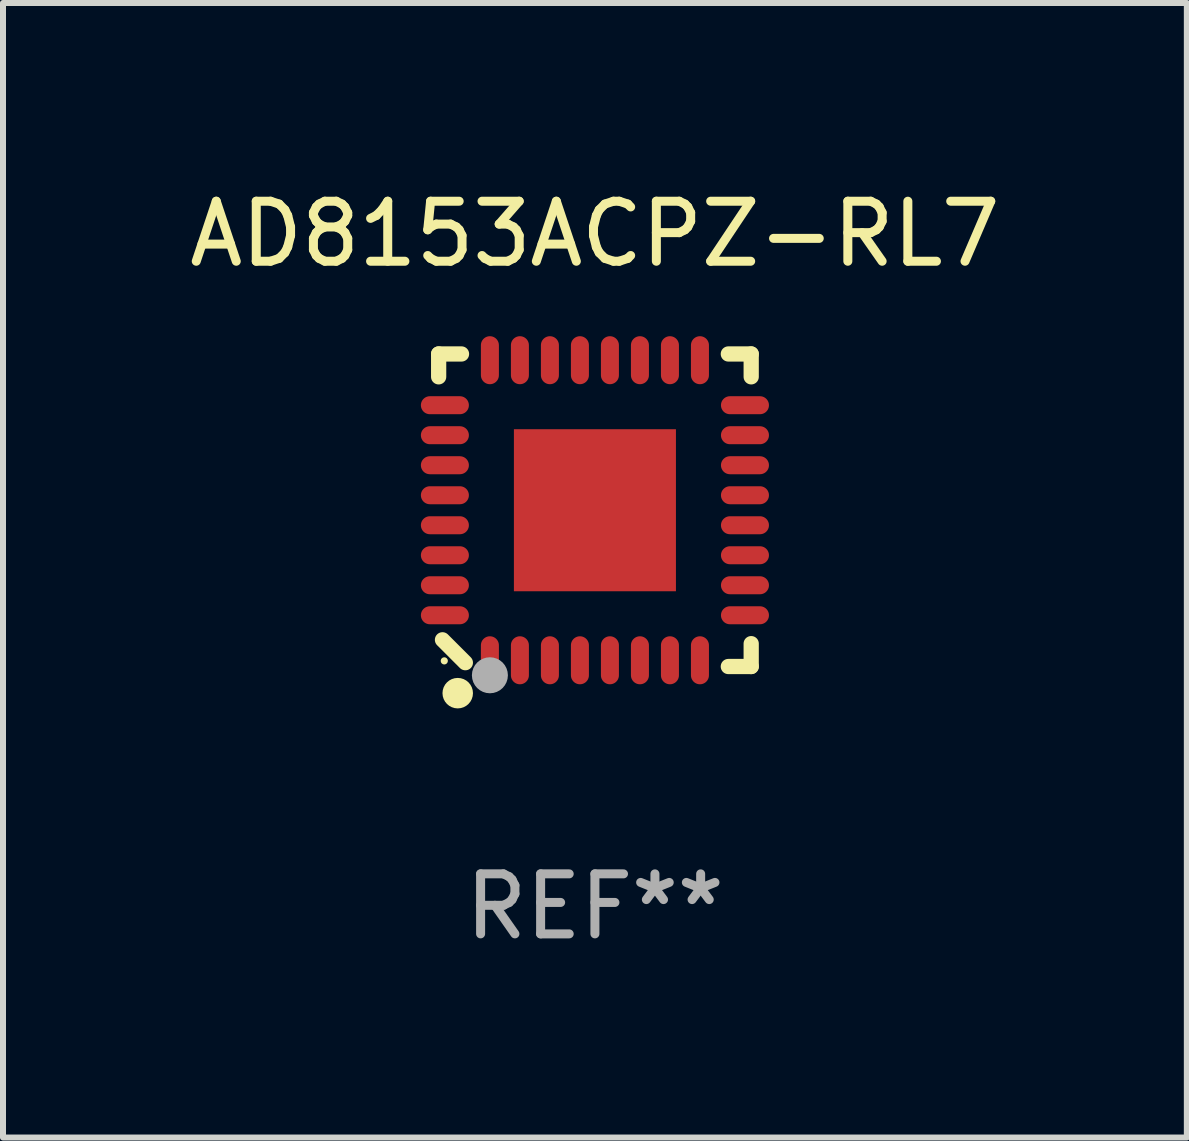
<source format=kicad_pcb>
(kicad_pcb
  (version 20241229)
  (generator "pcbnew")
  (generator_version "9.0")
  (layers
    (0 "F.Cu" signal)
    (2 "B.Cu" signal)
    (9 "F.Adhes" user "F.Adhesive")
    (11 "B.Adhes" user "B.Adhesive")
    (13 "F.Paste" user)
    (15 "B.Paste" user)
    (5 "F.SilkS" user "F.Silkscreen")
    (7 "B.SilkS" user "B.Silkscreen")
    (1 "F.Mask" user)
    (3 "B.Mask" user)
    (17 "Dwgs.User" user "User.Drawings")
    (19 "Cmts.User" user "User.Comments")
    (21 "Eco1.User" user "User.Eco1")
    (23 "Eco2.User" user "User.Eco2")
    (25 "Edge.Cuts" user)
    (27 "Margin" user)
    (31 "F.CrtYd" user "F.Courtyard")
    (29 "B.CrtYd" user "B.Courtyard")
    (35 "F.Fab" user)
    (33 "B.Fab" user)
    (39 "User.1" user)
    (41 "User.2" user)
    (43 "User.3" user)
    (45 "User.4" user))
  (footprint "AD8153ACPZ-RL7"
    (layer "F.Cu")
    (at 6.863 5.452)
    (property "Reference" "AD8153ACPZ-RL7" (at 0 -4.604 0) (layer "F.SilkS") (effects (font (size 1 1) (thickness 0.15))))
    (attr through_hole)
    (fp_line (start -2.604 -2.604) (end -2.604 -2.223) (stroke (width 0.254) (type solid)) (layer "F.SilkS"))
    (fp_line (start -2.54 2.159) (end -2.159 2.54) (stroke (width 0.254) (type solid)) (layer "F.SilkS"))
    (fp_line (start -2.223 -2.604) (end -2.604 -2.604) (stroke (width 0.254) (type solid)) (layer "F.SilkS"))
    (fp_line (start 2.223 2.604) (end 2.604 2.604) (stroke (width 0.254) (type solid)) (layer "F.SilkS"))
    (fp_line (start 2.604 -2.604) (end 2.223 -2.604) (stroke (width 0.254) (type solid)) (layer "F.SilkS"))
    (fp_line (start 2.604 -2.223) (end 2.604 -2.604) (stroke (width 0.254) (type solid)) (layer "F.SilkS"))
    (fp_line (start 2.604 2.604) (end 2.604 2.223) (stroke (width 0.254) (type solid)) (layer "F.SilkS"))
    (fp_circle (center -2.51 2.51) (end -2.48 2.51) (stroke (width 0.06) (type solid)) (fill no) (layer "F.SilkS"))
    (fp_circle (center -2.286 3.048) (end -2.159 3.048) (stroke (width 0.254) (type solid)) (fill no) (layer "F.SilkS"))
    (fp_circle (center -1.75 2.75) (end -1.6 2.75) (stroke (width 0.3) (type solid)) (fill no) (layer "F.Fab"))
    (fp_text user "REF**" (at 0 6.604 0) (layer "F.Fab") (effects (font (size 1 1) (thickness 0.15))))
    (pad "1" smd oval (at -1.75 2.5 90) (size 0.8 0.3) (layers "F.Cu" "F.Mask" "F.Paste"))
    (pad "2" smd oval (at -1.25 2.5 90) (size 0.8 0.3) (layers "F.Cu" "F.Mask" "F.Paste"))
    (pad "3" smd oval (at -0.75 2.5 90) (size 0.8 0.3) (layers "F.Cu" "F.Mask" "F.Paste"))
    (pad "4" smd oval (at -0.25 2.5 90) (size 0.8 0.3) (layers "F.Cu" "F.Mask" "F.Paste"))
    (pad "5" smd oval (at 0.25 2.5 90) (size 0.8 0.3) (layers "F.Cu" "F.Mask" "F.Paste"))
    (pad "6" smd oval (at 0.75 2.5 90) (size 0.8 0.3) (layers "F.Cu" "F.Mask" "F.Paste"))
    (pad "7" smd oval (at 1.25 2.5 90) (size 0.8 0.3) (layers "F.Cu" "F.Mask" "F.Paste"))
    (pad "8" smd oval (at 1.75 2.5 90) (size 0.8 0.3) (layers "F.Cu" "F.Mask" "F.Paste"))
    (pad "9" smd oval (at 2.5 1.75 180) (size 0.8 0.3) (layers "F.Cu" "F.Mask" "F.Paste"))
    (pad "10" smd oval (at 2.5 1.25 180) (size 0.8 0.3) (layers "F.Cu" "F.Mask" "F.Paste"))
    (pad "11" smd oval (at 2.5 0.75 180) (size 0.8 0.3) (layers "F.Cu" "F.Mask" "F.Paste"))
    (pad "12" smd oval (at 2.5 0.25 180) (size 0.8 0.3) (layers "F.Cu" "F.Mask" "F.Paste"))
    (pad "13" smd oval (at 2.5 -0.25 180) (size 0.8 0.3) (layers "F.Cu" "F.Mask" "F.Paste"))
    (pad "14" smd oval (at 2.5 -0.75 180) (size 0.8 0.3) (layers "F.Cu" "F.Mask" "F.Paste"))
    (pad "15" smd oval (at 2.5 -1.25 180) (size 0.8 0.3) (layers "F.Cu" "F.Mask" "F.Paste"))
    (pad "16" smd oval (at 2.5 -1.75 180) (size 0.8 0.3) (layers "F.Cu" "F.Mask" "F.Paste"))
    (pad "17" smd oval (at 1.75 -2.5 270) (size 0.8 0.3) (layers "F.Cu" "F.Mask" "F.Paste"))
    (pad "18" smd oval (at 1.25 -2.5 270) (size 0.8 0.3) (layers "F.Cu" "F.Mask" "F.Paste"))
    (pad "19" smd oval (at 0.75 -2.5 270) (size 0.8 0.3) (layers "F.Cu" "F.Mask" "F.Paste"))
    (pad "20" smd oval (at 0.25 -2.5 270) (size 0.8 0.3) (layers "F.Cu" "F.Mask" "F.Paste"))
    (pad "21" smd oval (at -0.25 -2.5 270) (size 0.8 0.3) (layers "F.Cu" "F.Mask" "F.Paste"))
    (pad "22" smd oval (at -0.75 -2.5 270) (size 0.8 0.3) (layers "F.Cu" "F.Mask" "F.Paste"))
    (pad "23" smd oval (at -1.25 -2.5 270) (size 0.8 0.3) (layers "F.Cu" "F.Mask" "F.Paste"))
    (pad "24" smd oval (at -1.75 -2.5 270) (size 0.8 0.3) (layers "F.Cu" "F.Mask" "F.Paste"))
    (pad "25" smd oval (at -2.5 -1.75) (size 0.8 0.3) (layers "F.Cu" "F.Mask" "F.Paste"))
    (pad "26" smd oval (at -2.5 -1.25) (size 0.8 0.3) (layers "F.Cu" "F.Mask" "F.Paste"))
    (pad "27" smd oval (at -2.5 -0.75) (size 0.8 0.3) (layers "F.Cu" "F.Mask" "F.Paste"))
    (pad "28" smd oval (at -2.5 -0.25) (size 0.8 0.3) (layers "F.Cu" "F.Mask" "F.Paste"))
    (pad "29" smd oval (at -2.5 0.25) (size 0.8 0.3) (layers "F.Cu" "F.Mask" "F.Paste"))
    (pad "30" smd oval (at -2.5 0.75) (size 0.8 0.3) (layers "F.Cu" "F.Mask" "F.Paste"))
    (pad "31" smd oval (at -2.5 1.25) (size 0.8 0.3) (layers "F.Cu" "F.Mask" "F.Paste"))
    (pad "32" smd oval (at -2.5 1.75) (size 0.8 0.3) (layers "F.Cu" "F.Mask" "F.Paste"))
    (pad "33" smd rect (at 0 -0.000025 90) (size 2.7 2.7) (layers "F.Cu" "F.Mask" "F.Paste")))
  (gr_rect
    (start -3 -3)
    (end 16.726 15.904)
    (stroke (width 0.1) (type default))
    (fill no)
    (layer "Edge.Cuts")))
</source>
